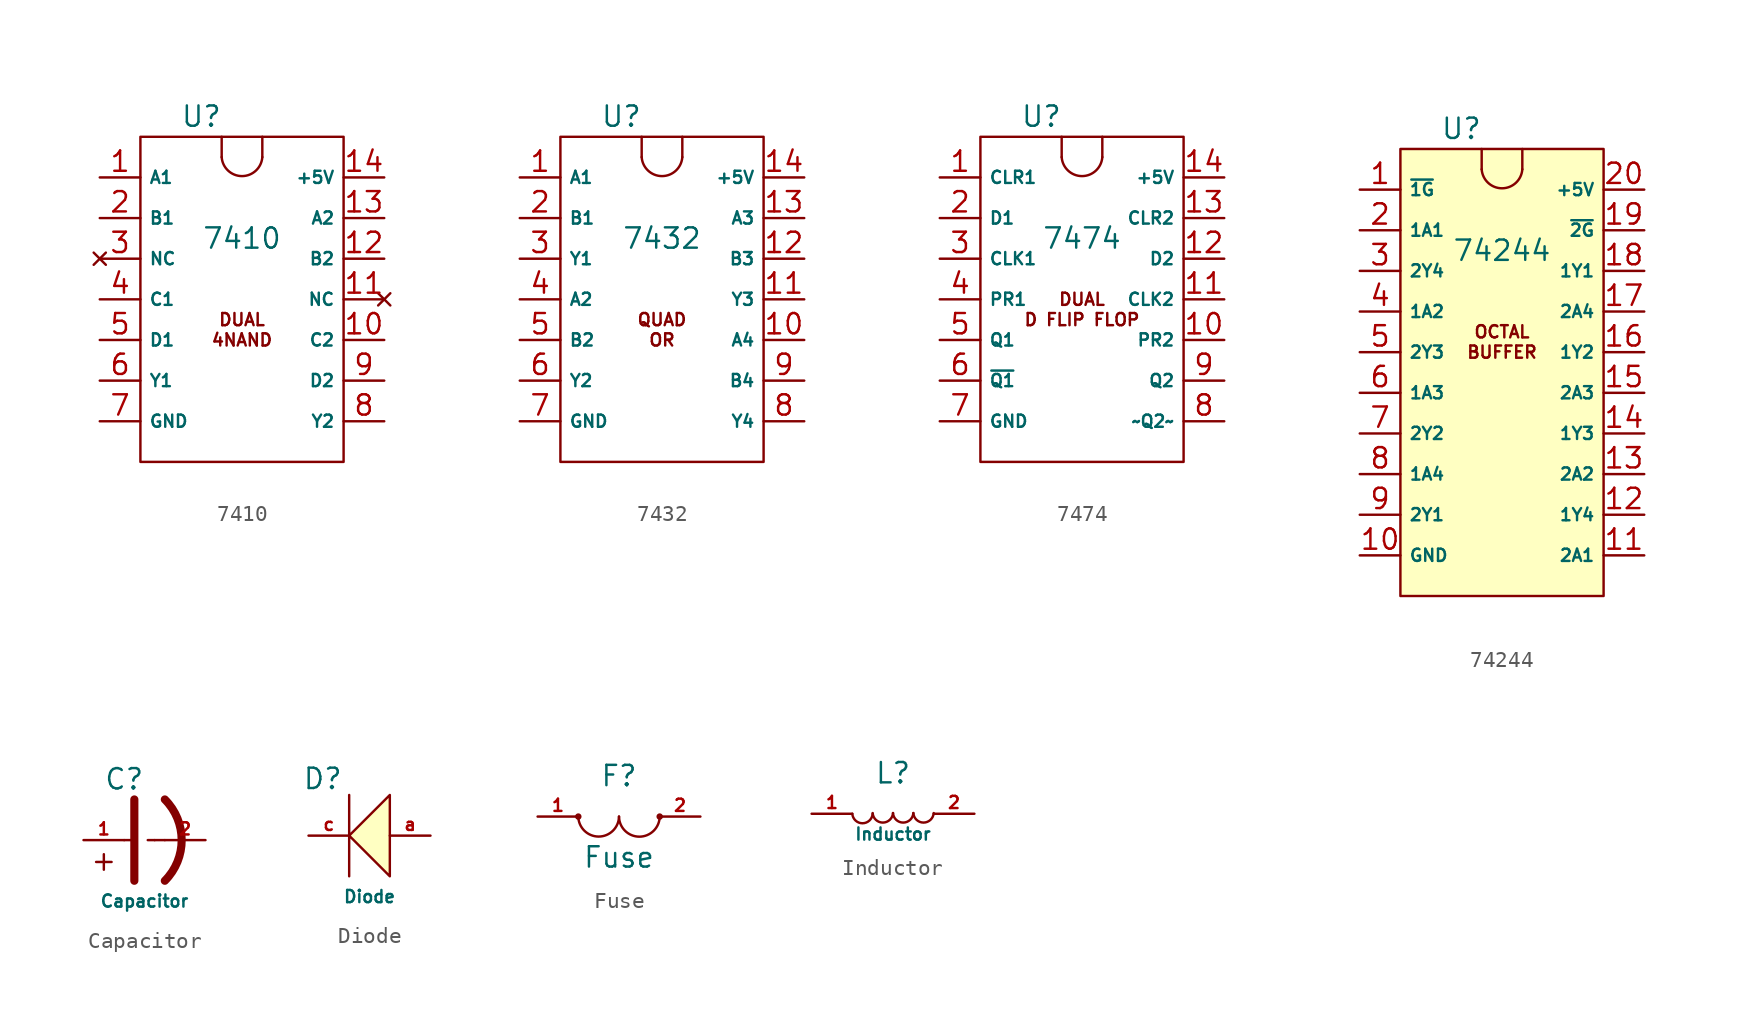
<source format=kicad_sym>
(kicad_symbol_lib
  (version 20211014)
  (generator kicad_symbol_editor)
  (symbol "7410"
    (property "Reference" "U"
      (at 6.35 26.67 0)
      (effects (font (size 1.27 1.27))))
    (property "Value" "7410"
      (at 8.89 19.05 0)
      (effects (font (size 1.27 1.27))))
    (symbol "7410_0_0"
      (text "4NAND" (at 8.89 12.7 0) (effects (font (size 0.762 0.762))))
      (text "DUAL" (at 8.89 13.97 0) (effects (font (size 0.762 0.762)))))
    (symbol "7410_0_1"
      (polyline (pts (xy 7.62 25.4) (xy 7.62 24.13)) (stroke (width 0) (type default) (color 0 0 0 0)) (fill (type none)))
      (polyline (pts (xy 10.16 25.4) (xy 10.16 24.13)) (stroke (width 0) (type default) (color 0 0 0 0)) (fill (type none)))
      (rectangle (start 2.54 25.4) (end 15.24 5.08) (stroke (width 0) (type default) (color 0 0 0 0)) (fill (type none)))
      (arc (start 7.62 24.13) (mid 8.89 22.943) (end 10.16 24.13) (stroke (width 0) (type default) (color 0 0 0 0)) (fill (type none))))
    (symbol "7410_1_1"
      (pin input line (at 0 22.86 0) (length 2.54) (name "A1" (effects (font (size 0.762 0.762)))) (number "1" (effects (font (size 1.27 1.27)))))
      (pin input line (at 17.78 12.7 180) (length 2.54) (name "C2" (effects (font (size 0.762 0.762)))) (number "10" (effects (font (size 1.27 1.27)))))
      (pin no_connect line (at 17.78 15.24 180) (length 2.54) (name "NC" (effects (font (size 0.762 0.762)))) (number "11" (effects (font (size 1.27 1.27)))))
      (pin input line (at 17.78 17.78 180) (length 2.54) (name "B2" (effects (font (size 0.762 0.762)))) (number "12" (effects (font (size 1.27 1.27)))))
      (pin input line (at 17.78 20.32 180) (length 2.54) (name "A2" (effects (font (size 0.762 0.762)))) (number "13" (effects (font (size 1.27 1.27)))))
      (pin power_in line (at 17.78 22.86 180) (length 2.54) (name "+5V" (effects (font (size 0.762 0.762)))) (number "14" (effects (font (size 1.27 1.27)))))
      (pin input line (at 0 20.32 0) (length 2.54) (name "B1" (effects (font (size 0.762 0.762)))) (number "2" (effects (font (size 1.27 1.27)))))
      (pin no_connect line (at 0 17.78 0) (length 2.54) (name "NC" (effects (font (size 0.762 0.762)))) (number "3" (effects (font (size 1.27 1.27)))))
      (pin input line (at 0 15.24 0) (length 2.54) (name "C1" (effects (font (size 0.762 0.762)))) (number "4" (effects (font (size 1.27 1.27)))))
      (pin input line (at 0 12.7 0) (length 2.54) (name "D1" (effects (font (size 0.762 0.762)))) (number "5" (effects (font (size 1.27 1.27)))))
      (pin output line (at 0 10.16 0) (length 2.54) (name "Y1" (effects (font (size 0.762 0.762)))) (number "6" (effects (font (size 1.27 1.27)))))
      (pin power_in line (at 0 7.62 0) (length 2.54) (name "GND" (effects (font (size 0.762 0.762)))) (number "7" (effects (font (size 1.27 1.27)))))
      (pin output line (at 17.78 7.62 180) (length 2.54) (name "Y2" (effects (font (size 0.762 0.762)))) (number "8" (effects (font (size 1.27 1.27)))))
      (pin input line (at 17.78 10.16 180) (length 2.54) (name "D2" (effects (font (size 0.762 0.762)))) (number "9" (effects (font (size 1.27 1.27)))))))
  (symbol "7432"
    (property "Reference" "U"
      (at 6.35 26.67 0)
      (effects (font (size 1.27 1.27))))
    (property "Value" "7432"
      (at 8.89 19.05 0)
      (effects (font (size 1.27 1.27))))
    (symbol "7432_0_0"
      (text "OR" (at 8.89 12.7 0) (effects (font (size 0.762 0.762))))
      (text "QUAD" (at 8.89 13.97 0) (effects (font (size 0.762 0.762)))))
    (symbol "7432_0_1"
      (polyline (pts (xy 7.62 25.4) (xy 7.62 24.13)) (stroke (width 0) (type default) (color 0 0 0 0)) (fill (type none)))
      (polyline (pts (xy 10.16 25.4) (xy 10.16 24.13)) (stroke (width 0) (type default) (color 0 0 0 0)) (fill (type none)))
      (rectangle (start 2.54 25.4) (end 15.24 5.08) (stroke (width 0) (type default) (color 0 0 0 0)) (fill (type none)))
      (arc (start 7.62 24.13) (mid 8.89 22.943) (end 10.16 24.13) (stroke (width 0) (type default) (color 0 0 0 0)) (fill (type none))))
    (symbol "7432_1_1"
      (pin input line (at 0 22.86 0) (length 2.54) (name "A1" (effects (font (size 0.762 0.762)))) (number "1" (effects (font (size 1.27 1.27)))))
      (pin input line (at 17.78 12.7 180) (length 2.54) (name "A4" (effects (font (size 0.762 0.762)))) (number "10" (effects (font (size 1.27 1.27)))))
      (pin output line (at 17.78 15.24 180) (length 2.54) (name "Y3" (effects (font (size 0.762 0.762)))) (number "11" (effects (font (size 1.27 1.27)))))
      (pin input line (at 17.78 17.78 180) (length 2.54) (name "B3" (effects (font (size 0.762 0.762)))) (number "12" (effects (font (size 1.27 1.27)))))
      (pin input line (at 17.78 20.32 180) (length 2.54) (name "A3" (effects (font (size 0.762 0.762)))) (number "13" (effects (font (size 1.27 1.27)))))
      (pin power_in line (at 17.78 22.86 180) (length 2.54) (name "+5V" (effects (font (size 0.762 0.762)))) (number "14" (effects (font (size 1.27 1.27)))))
      (pin input line (at 0 20.32 0) (length 2.54) (name "B1" (effects (font (size 0.762 0.762)))) (number "2" (effects (font (size 1.27 1.27)))))
      (pin output line (at 0 17.78 0) (length 2.54) (name "Y1" (effects (font (size 0.762 0.762)))) (number "3" (effects (font (size 1.27 1.27)))))
      (pin input line (at 0 15.24 0) (length 2.54) (name "A2" (effects (font (size 0.762 0.762)))) (number "4" (effects (font (size 1.27 1.27)))))
      (pin input line (at 0 12.7 0) (length 2.54) (name "B2" (effects (font (size 0.762 0.762)))) (number "5" (effects (font (size 1.27 1.27)))))
      (pin output line (at 0 10.16 0) (length 2.54) (name "Y2" (effects (font (size 0.762 0.762)))) (number "6" (effects (font (size 1.27 1.27)))))
      (pin power_in line (at 0 7.62 0) (length 2.54) (name "GND" (effects (font (size 0.762 0.762)))) (number "7" (effects (font (size 1.27 1.27)))))
      (pin output line (at 17.78 7.62 180) (length 2.54) (name "Y4" (effects (font (size 0.762 0.762)))) (number "8" (effects (font (size 1.27 1.27)))))
      (pin input line (at 17.78 10.16 180) (length 2.54) (name "B4" (effects (font (size 0.762 0.762)))) (number "9" (effects (font (size 1.27 1.27)))))))
  (symbol "7474"
    (property "Reference" "U"
      (at 6.35 26.67 0)
      (effects (font (size 1.27 1.27))))
    (property "Value" "7474"
      (at 8.89 19.05 0)
      (effects (font (size 1.27 1.27))))
    (symbol "7474_0_0"
      (text "D FLIP FLOP" (at 8.89 13.97 0) (effects (font (size 0.762 0.762))))
      (text "DUAL" (at 8.89 15.24 0) (effects (font (size 0.762 0.762)))))
    (symbol "7474_0_1"
      (polyline (pts (xy 7.62 25.4) (xy 7.62 24.13)) (stroke (width 0) (type default) (color 0 0 0 0)) (fill (type none)))
      (polyline (pts (xy 10.16 25.4) (xy 10.16 24.13)) (stroke (width 0) (type default) (color 0 0 0 0)) (fill (type none)))
      (rectangle (start 2.54 25.4) (end 15.24 5.08) (stroke (width 0) (type default) (color 0 0 0 0)) (fill (type none)))
      (arc (start 7.62 24.13) (mid 8.89 22.943) (end 10.16 24.13) (stroke (width 0) (type default) (color 0 0 0 0)) (fill (type none))))
    (symbol "7474_1_1"
      (pin input line (at 0 22.86 0) (length 2.54) (name "CLR1" (effects (font (size 0.762 0.762)))) (number "1" (effects (font (size 1.27 1.27)))))
      (pin input line (at 17.78 12.7 180) (length 2.54) (name "PR2" (effects (font (size 0.762 0.762)))) (number "10" (effects (font (size 1.27 1.27)))))
      (pin input line (at 17.78 15.24 180) (length 2.54) (name "CLK2" (effects (font (size 0.762 0.762)))) (number "11" (effects (font (size 1.27 1.27)))))
      (pin input line (at 17.78 17.78 180) (length 2.54) (name "D2" (effects (font (size 0.762 0.762)))) (number "12" (effects (font (size 1.27 1.27)))))
      (pin input line (at 17.78 20.32 180) (length 2.54) (name "CLR2" (effects (font (size 0.762 0.762)))) (number "13" (effects (font (size 1.27 1.27)))))
      (pin power_in line (at 17.78 22.86 180) (length 2.54) (name "+5V" (effects (font (size 0.762 0.762)))) (number "14" (effects (font (size 1.27 1.27)))))
      (pin input line (at 0 20.32 0) (length 2.54) (name "D1" (effects (font (size 0.762 0.762)))) (number "2" (effects (font (size 1.27 1.27)))))
      (pin input line (at 0 17.78 0) (length 2.54) (name "CLK1" (effects (font (size 0.762 0.762)))) (number "3" (effects (font (size 1.27 1.27)))))
      (pin input line (at 0 15.24 0) (length 2.54) (name "PR1" (effects (font (size 0.762 0.762)))) (number "4" (effects (font (size 1.27 1.27)))))
      (pin input line (at 0 12.7 0) (length 2.54) (name "Q1" (effects (font (size 0.762 0.762)))) (number "5" (effects (font (size 1.27 1.27)))))
      (pin output line (at 0 10.16 0) (length 2.54) (name "~{Q1}" (effects (font (size 0.762 0.762)))) (number "6" (effects (font (size 1.27 1.27)))))
      (pin power_in line (at 0 7.62 0) (length 2.54) (name "GND" (effects (font (size 0.762 0.762)))) (number "7" (effects (font (size 1.27 1.27)))))
      (pin output line (at 17.78 7.62 180) (length 2.54) (name "~Q2~" (effects (font (size 0.762 0.762)))) (number "8" (effects (font (size 1.27 1.27)))))
      (pin input line (at 17.78 10.16 180) (length 2.54) (name "Q2" (effects (font (size 0.762 0.762)))) (number "9" (effects (font (size 1.27 1.27)))))))
  (symbol "74244"
    (property "Reference" "U"
      (at 13.97 31.75 0)
      (effects (font (size 1.27 1.27))))
    (property "Value" "74244"
      (at 16.51 24.13 0)
      (effects (font (size 1.27 1.27))))
    (symbol "74244_0_0"
      (text "BUFFER" (at 16.51 17.78 0) (effects (font (size 0.762 0.762))))
      (text "OCTAL" (at 16.51 19.05 0) (effects (font (size 0.762 0.762)))))
    (symbol "74244_0_1"
      (polyline (pts (xy 15.24 30.48) (xy 15.24 29.21)) (stroke (width 0) (type default) (color 0 0 0 0)) (fill (type none)))
      (polyline (pts (xy 17.78 30.48) (xy 17.78 29.21)) (stroke (width 0) (type default) (color 0 0 0 0)) (fill (type none)))
      (rectangle (start 10.16 30.48) (end 22.86 2.54) (stroke (width 0) (type default) (color 0 0 0 0)) (fill (type background)))
      (arc (start 15.24 29.21) (mid 16.51 28.023) (end 17.78 29.21) (stroke (width 0) (type default) (color 0 0 0 0)) (fill (type none))))
    (symbol "74244_1_1"
      (pin input line (at 7.62 27.94 0) (length 2.54) (name "~{1G}" (effects (font (size 0.762 0.762)))) (number "1" (effects (font (size 1.27 1.27)))))
      (pin power_in line (at 7.62 5.08 0) (length 2.54) (name "GND" (effects (font (size 0.762 0.762)))) (number "10" (effects (font (size 1.27 1.27)))))
      (pin input line (at 25.4 5.08 180) (length 2.54) (name "2A1" (effects (font (size 0.762 0.762)))) (number "11" (effects (font (size 1.27 1.27)))))
      (pin tri_state line (at 25.4 7.62 180) (length 2.54) (name "1Y4" (effects (font (size 0.762 0.762)))) (number "12" (effects (font (size 1.27 1.27)))))
      (pin input line (at 25.4 10.16 180) (length 2.54) (name "2A2" (effects (font (size 0.762 0.762)))) (number "13" (effects (font (size 1.27 1.27)))))
      (pin tri_state line (at 25.4 12.7 180) (length 2.54) (name "1Y3" (effects (font (size 0.762 0.762)))) (number "14" (effects (font (size 1.27 1.27)))))
      (pin input line (at 25.4 15.24 180) (length 2.54) (name "2A3" (effects (font (size 0.762 0.762)))) (number "15" (effects (font (size 1.27 1.27)))))
      (pin tri_state line (at 25.4 17.78 180) (length 2.54) (name "1Y2" (effects (font (size 0.762 0.762)))) (number "16" (effects (font (size 1.27 1.27)))))
      (pin output line (at 25.4 20.32 180) (length 2.54) (name "2A4" (effects (font (size 0.762 0.762)))) (number "17" (effects (font (size 1.27 1.27)))))
      (pin tri_state line (at 25.4 22.86 180) (length 2.54) (name "1Y1" (effects (font (size 0.762 0.762)))) (number "18" (effects (font (size 1.27 1.27)))))
      (pin input line (at 25.4 25.4 180) (length 2.54) (name "~{2G}" (effects (font (size 0.762 0.762)))) (number "19" (effects (font (size 1.27 1.27)))))
      (pin input line (at 7.62 25.4 0) (length 2.54) (name "1A1" (effects (font (size 0.762 0.762)))) (number "2" (effects (font (size 1.27 1.27)))))
      (pin power_in line (at 25.4 27.94 180) (length 2.54) (name "+5V" (effects (font (size 0.762 0.762)))) (number "20" (effects (font (size 1.27 1.27)))))
      (pin tri_state line (at 7.62 22.86 0) (length 2.54) (name "2Y4" (effects (font (size 0.762 0.762)))) (number "3" (effects (font (size 1.27 1.27)))))
      (pin input line (at 7.62 20.32 0) (length 2.54) (name "1A2" (effects (font (size 0.762 0.762)))) (number "4" (effects (font (size 1.27 1.27)))))
      (pin tri_state line (at 7.62 17.78 0) (length 2.54) (name "2Y3" (effects (font (size 0.762 0.762)))) (number "5" (effects (font (size 1.27 1.27)))))
      (pin input line (at 7.62 15.24 0) (length 2.54) (name "1A3" (effects (font (size 0.762 0.762)))) (number "6" (effects (font (size 1.27 1.27)))))
      (pin tri_state line (at 7.62 12.7 0) (length 2.54) (name "2Y2" (effects (font (size 0.762 0.762)))) (number "7" (effects (font (size 1.27 1.27)))))
      (pin input line (at 7.62 10.16 0) (length 2.54) (name "1A4" (effects (font (size 0.762 0.762)))) (number "8" (effects (font (size 1.27 1.27)))))
      (pin tri_state line (at 7.62 7.62 0) (length 2.54) (name "2Y1" (effects (font (size 0.762 0.762)))) (number "9" (effects (font (size 1.27 1.27)))))))
  (symbol "Capacitor"
    (property "Reference" "C"
      (at 2.54 3.81 0)
      (effects (font (size 1.27 1.27))))
    (property "Value" "Capacitor"
      (at 3.81 -3.81 0)
      (effects (font (size 0.762 0.762))))
    (symbol "Capacitor_0_0"
      (polyline (pts (xy 4.445 0) (xy 4.115 0) (xy 4.013 0)) (stroke (width 0.152) (type default) (color 0 0 0 0)) (fill (type none)))
      (text "+" (at 1.27 -1.27 0) (effects (font (size 1.27 1.27)))))
    (symbol "Capacitor_0_1"
      (polyline (pts (xy 2.54 0) (xy 3.175 0)) (stroke (width 0.152) (type default) (color 0 0 0 0)) (fill (type none)))
      (polyline (pts (xy 3.175 -2.54) (xy 3.175 2.54)) (stroke (width 0.508) (type default) (color 0 0 0 0)) (fill (type none)))
      (polyline (pts (xy 5.08 0) (xy 4.445 0)) (stroke (width 0.152) (type default) (color 0 0 0 0)) (fill (type none)))
      (arc (start 5.08 -2.54) (mid 11.2121 0) (end 5.08 2.54) (stroke (width 0.508) (type default) (color 0 0 0 0)) (fill (type none))))
    (symbol "Capacitor_1_1"
      (pin passive line (at 0 0 0) (length 2.54) (name "" (effects (font (size 0.762 0.762)))) (number "1" (effects (font (size 0.762 0.762)))))
      (pin passive line (at 7.62 0 180) (length 2.54) (name "" (effects (font (size 0.762 0.762)))) (number "2" (effects (font (size 0.762 0.762)))))))
  (symbol "Diode"
    (property "Reference" "D"
      (at -6.731 11.176 0)
      (effects (font (size 1.27 1.27))))
    (property "Value" "Diode"
      (at -3.81 3.81 0)
      (effects (font (size 0.762 0.762))))
    (symbol "Diode_0_1"
      (polyline (pts (xy -5.08 10.16) (xy -5.08 5.08) (xy -5.08 7.62) (xy -2.54 10.16) (xy -2.54 5.08) (xy -5.08 7.62)) (stroke (width 0.152) (type default) (color 0 0 0 0)) (fill (type background))))
    (symbol "Diode_1_1"
      (pin passive line (at 0 7.62 180) (length 2.54) (name "" (effects (font (size 0.762 0.762)))) (number "a" (effects (font (size 0.762 0.762)))))
      (pin passive line (at -7.62 7.62 0) (length 2.54) (name "" (effects (font (size 0.762 0.762)))) (number "c" (effects (font (size 0.762 0.762)))))))
  (symbol "Fuse"
    (property "Reference" "F"
      (at 2.54 5.08 0)
      (effects (font (size 1.27 1.27))))
    (property "Value" "Fuse"
      (at 2.54 0 0)
      (effects (font (size 1.27 1.27))))
    (symbol "Fuse_0_1"
      (circle (center 0 2.54) (radius 0.127) (stroke (width 0.152) (type default) (color 0 0 0 0)) (fill (type none)))
      (arc (start 0 2.54) (mid 1.27 1.2473) (end 2.54 2.54) (stroke (width 0.1524) (type default) (color 0 0 0 0)) (fill (type none)))
      (arc (start 2.54 2.54) (mid 3.81 1.2858) (end 5.08 2.54) (stroke (width 0.1524) (type default) (color 0 0 0 0)) (fill (type none)))
      (circle (center 5.08 2.54) (radius 0.127) (stroke (width 0.152) (type default) (color 0 0 0 0)) (fill (type none))))
    (symbol "Fuse_1_1"
      (pin passive line (at -2.54 2.54 0) (length 2.54) (name "" (effects (font (size 0.762 0.762)))) (number "1" (effects (font (size 0.762 0.762)))))
      (pin passive line (at 7.62 2.54 180) (length 2.54) (name "" (effects (font (size 0.762 0.762)))) (number "2" (effects (font (size 0.762 0.762)))))))
  (symbol "Inductor"
    (property "Reference" "L"
      (at 0 2.54 0)
      (effects (font (size 1.27 1.27))))
    (property "Value" "Inductor"
      (at 0 -1.27 0)
      (effects (font (size 0.762 0.762))))
    (symbol "Inductor_0_1"
      (arc (start -2.54 0) (mid -1.905 -0.6786) (end -1.27 0) (stroke (width 0.1524) (type default) (color 0 0 0 0)) (fill (type none)))
      (arc (start -1.27 0.0422) (mid -0.635 -0.6364) (end 0 0.0422) (stroke (width 0.1524) (type default) (color 0 0 0 0)) (fill (type none)))
      (arc (start 0 0.0422) (mid 0.635 -0.6364) (end 1.27 0.0422) (stroke (width 0.1524) (type default) (color 0 0 0 0)) (fill (type none)))
      (arc (start 1.27 0.0422) (mid 1.905 -0.6364) (end 2.54 0.0422) (stroke (width 0.1524) (type default) (color 0 0 0 0)) (fill (type none))))
    (symbol "Inductor_1_1"
      (pin passive line (at -5.08 0 0) (length 2.54) (name "" (effects (font (size 0.762 0.762)))) (number "1" (effects (font (size 0.762 0.762)))))
      (pin passive line (at 5.08 0 180) (length 2.54) (name "" (effects (font (size 0.762 0.762)))) (number "2" (effects (font (size 0.762 0.762))))))))
</source>
